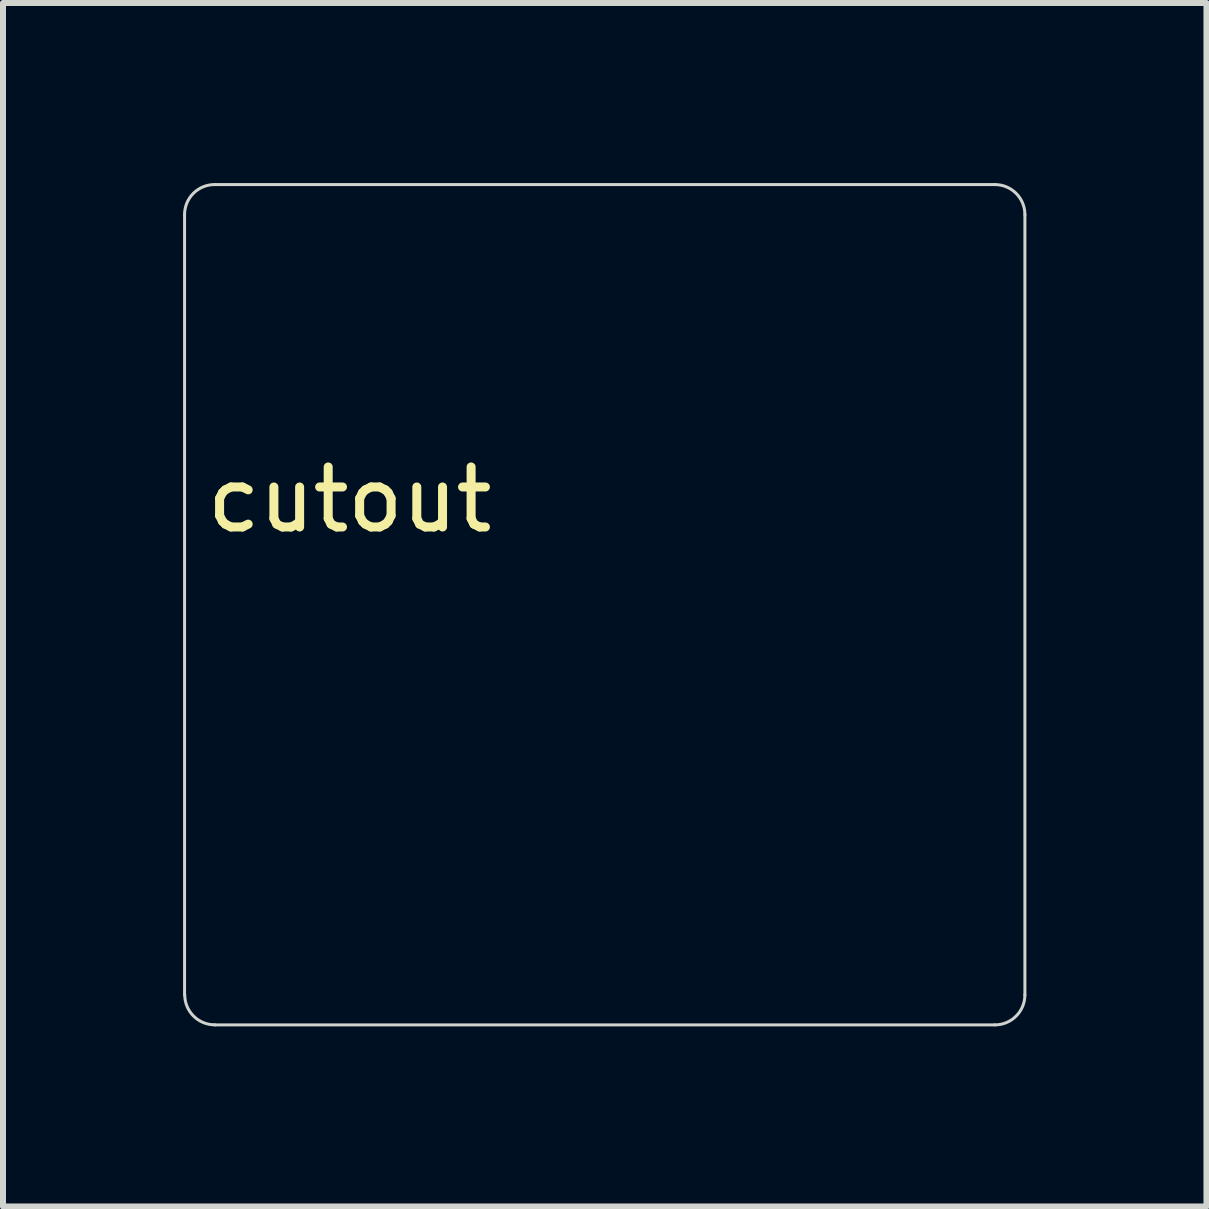
<source format=kicad_pcb>
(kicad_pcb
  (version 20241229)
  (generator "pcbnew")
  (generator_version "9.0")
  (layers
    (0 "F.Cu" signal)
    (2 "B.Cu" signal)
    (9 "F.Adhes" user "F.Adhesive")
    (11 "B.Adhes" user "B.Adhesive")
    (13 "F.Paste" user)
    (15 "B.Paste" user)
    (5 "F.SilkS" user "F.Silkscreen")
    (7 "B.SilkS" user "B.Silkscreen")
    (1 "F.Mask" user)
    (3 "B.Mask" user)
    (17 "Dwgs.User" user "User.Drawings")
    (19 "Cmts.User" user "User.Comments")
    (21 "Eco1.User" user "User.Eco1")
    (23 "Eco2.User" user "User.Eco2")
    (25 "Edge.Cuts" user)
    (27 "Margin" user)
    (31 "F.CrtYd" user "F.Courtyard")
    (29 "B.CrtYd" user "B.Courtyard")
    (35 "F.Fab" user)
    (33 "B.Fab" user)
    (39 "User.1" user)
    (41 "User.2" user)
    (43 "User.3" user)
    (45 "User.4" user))
  (footprint "cutout"
    (layer "F.Cu")
    (at 7.025 7.025)
    (property "Reference" "cutout" (at -4.25 -1.75 0) (layer "F.SilkS") (effects (font (size 1 1) (thickness 0.15))))
    (attr smd)
    (fp_line (start -7 -6.5) (end -7 6.5) (stroke (width 0.05) (type solid)) (layer "Edge.Cuts"))
    (fp_line (start -6.5 7) (end 6.5 7) (stroke (width 0.05) (type solid)) (layer "Edge.Cuts"))
    (fp_line (start 6.5 -7) (end -6.5 -7) (stroke (width 0.05) (type solid)) (layer "Edge.Cuts"))
    (fp_line (start 7 6.5) (end 7 -6.5) (stroke (width 0.05) (type solid)) (layer "Edge.Cuts"))
    (fp_arc (start -7 -6.5) (mid -6.853553 -6.853553) (end -6.5 -7) (stroke (width 0.05) (type solid)) (layer "Edge.Cuts"))
    (fp_arc (start -6.497236 6.998884) (mid -6.850789 6.852437) (end -6.997236 6.498884) (stroke (width 0.05) (type solid)) (layer "Edge.Cuts"))
    (fp_arc (start 6.5 -7) (mid 6.853553 -6.853553) (end 7 -6.5) (stroke (width 0.05) (type solid)) (layer "Edge.Cuts"))
    (fp_arc (start 7 6.5) (mid 6.853553 6.853553) (end 6.5 7) (stroke (width 0.05) (type solid)) (layer "Edge.Cuts")))
  (gr_rect
    (start -3 -3)
    (end 17.05 17.05)
    (stroke (width 0.1) (type default))
    (fill no)
    (layer "Edge.Cuts")))
</source>
